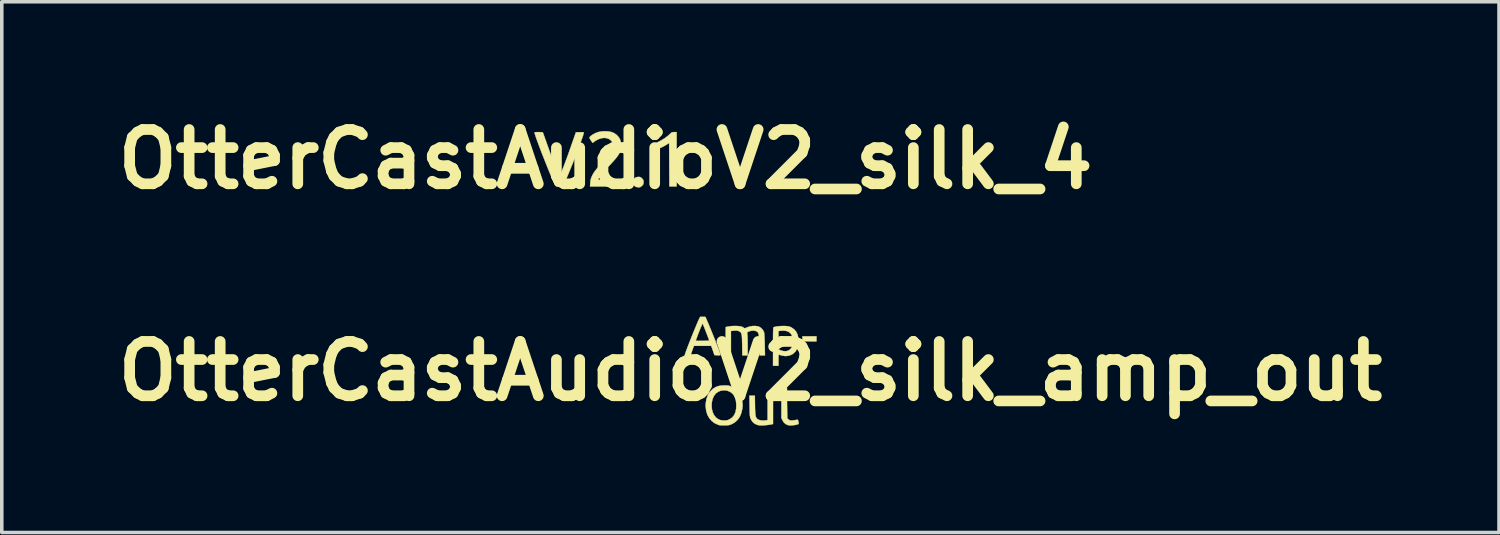
<source format=kicad_pcb>
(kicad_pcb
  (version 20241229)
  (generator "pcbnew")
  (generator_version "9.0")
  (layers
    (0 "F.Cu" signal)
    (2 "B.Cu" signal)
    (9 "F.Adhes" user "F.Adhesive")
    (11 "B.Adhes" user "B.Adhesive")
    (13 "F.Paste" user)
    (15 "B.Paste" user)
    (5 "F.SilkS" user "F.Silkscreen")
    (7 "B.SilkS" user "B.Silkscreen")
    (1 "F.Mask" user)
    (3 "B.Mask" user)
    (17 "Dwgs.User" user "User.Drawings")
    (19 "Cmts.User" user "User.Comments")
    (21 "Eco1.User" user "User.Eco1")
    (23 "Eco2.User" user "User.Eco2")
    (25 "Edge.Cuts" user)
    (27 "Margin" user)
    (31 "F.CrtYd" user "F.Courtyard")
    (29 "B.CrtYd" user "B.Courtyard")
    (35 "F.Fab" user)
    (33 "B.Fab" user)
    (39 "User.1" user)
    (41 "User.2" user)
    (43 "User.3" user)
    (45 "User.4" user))
  (footprint "OtterCastAudioV2_silk_amp_out"
    (layer "F.Cu")
    (at 18.005 7.365)
    (property "Reference" "OtterCastAudioV2_silk_amp_out" (at 0 0 0) (layer "F.SilkS") (effects (font (size 1.524 1.524) (thickness 0.3))))
    (attr through_hole)
    (fp_poly (pts (xy 1.854 -0.838) (xy 1.666 -0.838) (xy 1.599 -0.839) (xy 1.542 -0.84) (xy 1.498 -0.842) (xy 1.473 -0.845) (xy 1.469 -0.847) (xy 1.464 -0.863) (xy 1.461 -0.896) (xy 1.46 -0.917) (xy 1.46 -0.978) (xy 1.854 -0.978) (xy 1.854 -0.838)) (stroke (width 0.01) (type solid)) (fill yes) (layer "F.SilkS"))
    (fp_poly (pts (xy 0.129 0.962) (xy 0.131 1.068) (xy 0.135 1.151) (xy 0.141 1.216) (xy 0.149 1.264) (xy 0.162 1.3) (xy 0.178 1.326) (xy 0.201 1.346) (xy 0.229 1.362) (xy 0.27 1.375) (xy 0.326 1.383) (xy 0.386 1.384) (xy 0.44 1.379) (xy 0.454 1.376) (xy 0.483 1.369) (xy 0.483 0.686) (xy 0.635 0.686) (xy 0.635 1.482) (xy 0.562 1.497) (xy 0.515 1.505) (xy 0.454 1.512) (xy 0.389 1.517) (xy 0.368 1.519) (xy 0.303 1.521) (xy 0.255 1.519) (xy 0.215 1.512) (xy 0.18 1.501) (xy 0.109 1.466) (xy 0.055 1.417) (xy 0.014 1.348) (xy 0.011 1.342) (xy 0.001 1.319) (xy -0.006 1.296) (xy -0.011 1.27) (xy -0.015 1.235) (xy -0.018 1.19) (xy -0.02 1.129) (xy -0.022 1.048) (xy -0.023 0.981) (xy -0.028 0.686) (xy 0.125 0.686) (xy 0.129 0.962)) (stroke (width 0.01) (type solid)) (fill yes) (layer "F.SilkS"))
    (fp_poly (pts (xy 1.019 0.441) (xy 1.023 0.455) (xy 1.027 0.489) (xy 1.028 0.536) (xy 1.029 0.566) (xy 1.029 0.686) (xy 1.333 0.686) (xy 1.333 0.813) (xy 1.027 0.813) (xy 1.031 1.068) (xy 1.035 1.323) (xy 1.072 1.355) (xy 1.096 1.373) (xy 1.12 1.381) (xy 1.152 1.383) (xy 1.187 1.38) (xy 1.234 1.375) (xy 1.277 1.369) (xy 1.297 1.365) (xy 1.317 1.361) (xy 1.33 1.367) (xy 1.339 1.385) (xy 1.348 1.422) (xy 1.352 1.442) (xy 1.355 1.468) (xy 1.346 1.483) (xy 1.32 1.494) (xy 1.312 1.497) (xy 1.267 1.507) (xy 1.21 1.515) (xy 1.15 1.519) (xy 1.096 1.519) (xy 1.057 1.514) (xy 1.052 1.512) (xy 0.986 1.482) (xy 0.938 1.438) (xy 0.904 1.384) (xy 0.87 1.314) (xy 0.87 0.464) (xy 0.94 0.45) (xy 0.98 0.443) (xy 1.009 0.44) (xy 1.019 0.441)) (stroke (width 0.01) (type solid)) (fill yes) (layer "F.SilkS"))
    (fp_poly (pts (xy 1.023 -1.264) (xy 1.068 -1.259) (xy 1.103 -1.249) (xy 1.138 -1.234) (xy 1.154 -1.226) (xy 1.231 -1.171) (xy 1.288 -1.103) (xy 1.326 -1.02) (xy 1.346 -0.919) (xy 1.35 -0.845) (xy 1.34 -0.731) (xy 1.312 -0.634) (xy 1.266 -0.554) (xy 1.202 -0.492) (xy 1.155 -0.463) (xy 1.067 -0.432) (xy 0.975 -0.424) (xy 0.877 -0.44) (xy 0.803 -0.465) (xy 0.796 -0.462) (xy 0.792 -0.445) (xy 0.789 -0.409) (xy 0.788 -0.353) (xy 0.787 -0.312) (xy 0.787 -0.152) (xy 0.635 -0.152) (xy 0.635 -0.691) (xy 0.635 -0.823) (xy 0.635 -0.931) (xy 0.636 -1.018) (xy 0.637 -1.087) (xy 0.638 -1.127) (xy 0.787 -1.127) (xy 0.787 -0.613) (xy 0.848 -0.586) (xy 0.919 -0.565) (xy 0.99 -0.56) (xy 1.05 -0.572) (xy 1.108 -0.605) (xy 1.15 -0.655) (xy 1.177 -0.722) (xy 1.19 -0.807) (xy 1.189 -0.907) (xy 1.169 -0.99) (xy 1.132 -1.055) (xy 1.077 -1.102) (xy 1.005 -1.13) (xy 0.918 -1.139) (xy 0.87 -1.136) (xy 0.787 -1.127) (xy 0.638 -1.127) (xy 0.638 -1.14) (xy 0.64 -1.178) (xy 0.642 -1.204) (xy 0.645 -1.221) (xy 0.65 -1.231) (xy 0.654 -1.236) (xy 0.657 -1.237) (xy 0.752 -1.257) (xy 0.86 -1.267) (xy 0.961 -1.268) (xy 1.023 -1.264)) (stroke (width 0.01) (type solid)) (fill yes) (layer "F.SilkS"))
    (fp_poly (pts (xy 0.216 -1.258) (xy 0.235 -1.252) (xy 0.297 -1.215) (xy 0.348 -1.162) (xy 0.381 -1.098) (xy 0.382 -1.096) (xy 0.387 -1.067) (xy 0.392 -1.016) (xy 0.396 -0.946) (xy 0.4 -0.861) (xy 0.403 -0.763) (xy 0.403 -0.746) (xy 0.409 -0.445) (xy 0.257 -0.445) (xy 0.251 -0.727) (xy 0.249 -0.834) (xy 0.246 -0.918) (xy 0.24 -0.983) (xy 0.233 -1.031) (xy 0.222 -1.066) (xy 0.208 -1.091) (xy 0.189 -1.109) (xy 0.164 -1.122) (xy 0.156 -1.126) (xy 0.095 -1.139) (xy 0.025 -1.135) (xy -0.044 -1.115) (xy -0.053 -1.111) (xy -0.082 -1.095) (xy -0.092 -1.079) (xy -0.09 -1.053) (xy -0.088 -1.043) (xy -0.084 -1.017) (xy -0.081 -0.97) (xy -0.079 -0.906) (xy -0.077 -0.831) (xy -0.077 -0.748) (xy -0.077 -0.721) (xy -0.076 -0.445) (xy -0.227 -0.445) (xy -0.231 -0.733) (xy -0.233 -0.837) (xy -0.235 -0.918) (xy -0.239 -0.98) (xy -0.246 -1.027) (xy -0.255 -1.06) (xy -0.269 -1.084) (xy -0.286 -1.102) (xy -0.309 -1.116) (xy -0.321 -1.122) (xy -0.353 -1.135) (xy -0.388 -1.14) (xy -0.433 -1.139) (xy -0.458 -1.137) (xy -0.546 -1.128) (xy -0.546 -0.445) (xy -0.699 -0.445) (xy -0.692 -1.238) (xy -0.622 -1.253) (xy -0.557 -1.263) (xy -0.482 -1.268) (xy -0.406 -1.269) (xy -0.334 -1.265) (xy -0.274 -1.257) (xy -0.233 -1.246) (xy -0.2 -1.228) (xy -0.177 -1.213) (xy -0.173 -1.209) (xy -0.157 -1.206) (xy -0.121 -1.216) (xy -0.092 -1.229) (xy -0.019 -1.254) (xy 0.063 -1.268) (xy 0.144 -1.269) (xy 0.216 -1.258)) (stroke (width 0.01) (type solid)) (fill yes) (layer "F.SilkS"))
    (fp_poly (pts (xy -1.233 -1.457) (xy -1.197 -1.374) (xy -1.158 -1.282) (xy -1.117 -1.183) (xy -1.075 -1.08) (xy -1.033 -0.976) (xy -0.992 -0.874) (xy -0.954 -0.776) (xy -0.92 -0.687) (xy -0.89 -0.608) (xy -0.866 -0.542) (xy -0.848 -0.492) (xy -0.839 -0.462) (xy -0.838 -0.455) (xy -0.85 -0.45) (xy -0.88 -0.447) (xy -0.923 -0.447) (xy -0.923 -0.447) (xy -1.008 -0.451) (xy -1.099 -0.711) (xy -1.585 -0.711) (xy -1.623 -0.606) (xy -1.641 -0.555) (xy -1.657 -0.51) (xy -1.667 -0.479) (xy -1.669 -0.473) (xy -1.677 -0.457) (xy -1.691 -0.449) (xy -1.718 -0.445) (xy -1.76 -0.445) (xy -1.802 -0.445) (xy -1.831 -0.448) (xy -1.841 -0.451) (xy -1.837 -0.471) (xy -1.824 -0.51) (xy -1.803 -0.567) (xy -1.777 -0.638) (xy -1.745 -0.721) (xy -1.71 -0.811) (xy -1.694 -0.851) (xy -1.536 -0.851) (xy -1.346 -0.851) (xy -1.279 -0.852) (xy -1.223 -0.853) (xy -1.182 -0.856) (xy -1.159 -0.859) (xy -1.156 -0.861) (xy -1.16 -0.876) (xy -1.172 -0.91) (xy -1.19 -0.958) (xy -1.212 -1.016) (xy -1.236 -1.078) (xy -1.26 -1.141) (xy -1.283 -1.199) (xy -1.303 -1.248) (xy -1.318 -1.283) (xy -1.343 -1.34) (xy -1.371 -1.276) (xy -1.404 -1.2) (xy -1.436 -1.12) (xy -1.471 -1.028) (xy -1.493 -0.968) (xy -1.536 -0.851) (xy -1.694 -0.851) (xy -1.672 -0.906) (xy -1.634 -1.004) (xy -1.595 -1.1) (xy -1.557 -1.191) (xy -1.522 -1.276) (xy -1.491 -1.35) (xy -1.465 -1.411) (xy -1.444 -1.455) (xy -1.44 -1.464) (xy -1.409 -1.524) (xy -1.262 -1.524) (xy -1.233 -1.457)) (stroke (width 0.01) (type solid)) (fill yes) (layer "F.SilkS"))
    (fp_poly (pts (xy -0.67 0.401) (xy -0.627 0.403) (xy -0.592 0.41) (xy -0.557 0.423) (xy -0.513 0.444) (xy -0.505 0.448) (xy -0.418 0.5) (xy -0.35 0.564) (xy -0.297 0.643) (xy -0.257 0.739) (xy -0.232 0.835) (xy -0.222 0.893) (xy -0.218 0.943) (xy -0.221 0.997) (xy -0.226 1.046) (xy -0.252 1.169) (xy -0.296 1.275) (xy -0.359 1.365) (xy -0.439 1.437) (xy -0.506 1.476) (xy -0.548 1.496) (xy -0.584 1.508) (xy -0.622 1.515) (xy -0.671 1.519) (xy -0.717 1.52) (xy -0.8 1.52) (xy -0.865 1.514) (xy -0.898 1.506) (xy -1 1.461) (xy -1.086 1.396) (xy -1.156 1.314) (xy -1.209 1.217) (xy -1.242 1.106) (xy -1.255 0.985) (xy -1.255 0.969) (xy -1.089 0.969) (xy -1.08 1.065) (xy -1.056 1.156) (xy -1.017 1.236) (xy -0.964 1.301) (xy -0.954 1.31) (xy -0.9 1.348) (xy -0.843 1.371) (xy -0.776 1.382) (xy -0.736 1.383) (xy -0.677 1.381) (xy -0.63 1.37) (xy -0.586 1.351) (xy -0.512 1.301) (xy -0.457 1.234) (xy -0.419 1.15) (xy -0.399 1.047) (xy -0.396 0.936) (xy -0.406 0.831) (xy -0.429 0.745) (xy -0.466 0.675) (xy -0.505 0.627) (xy -0.573 0.577) (xy -0.651 0.546) (xy -0.734 0.535) (xy -0.818 0.544) (xy -0.897 0.573) (xy -0.966 0.622) (xy -0.971 0.627) (xy -1.024 0.696) (xy -1.061 0.78) (xy -1.082 0.872) (xy -1.089 0.969) (xy -1.255 0.969) (xy -1.253 0.903) (xy -1.233 0.78) (xy -1.194 0.671) (xy -1.137 0.578) (xy -1.062 0.503) (xy -1.046 0.491) (xy -0.98 0.449) (xy -0.913 0.421) (xy -0.838 0.406) (xy -0.748 0.4) (xy -0.73 0.4) (xy -0.67 0.401)) (stroke (width 0.01) (type solid)) (fill yes) (layer "F.SilkS")))
  (footprint "OtterCastAudioV2_silk_4"
    (layer "F.Cu")
    (at 13.941 1.418)
    (property "Reference" "OtterCastAudioV2_silk_4" (at 0 0 0) (layer "F.SilkS") (effects (font (size 1.524 1.524) (thickness 0.3))))
    (attr through_hole)
    (fp_poly (pts (xy 0.966 0.499) (xy 0.997 0.515) (xy 1.024 0.538) (xy 1.051 0.57) (xy 1.064 0.601) (xy 1.067 0.641) (xy 1.064 0.683) (xy 1.051 0.713) (xy 1.024 0.744) (xy 0.991 0.772) (xy 0.961 0.785) (xy 0.925 0.787) (xy 0.882 0.782) (xy 0.844 0.772) (xy 0.837 0.768) (xy 0.801 0.736) (xy 0.779 0.689) (xy 0.773 0.637) (xy 0.783 0.585) (xy 0.807 0.541) (xy 0.839 0.514) (xy 0.876 0.502) (xy 0.92 0.495) (xy 0.928 0.495) (xy 0.966 0.499)) (stroke (width 0.01) (type solid)) (fill yes) (layer "F.SilkS"))
    (fp_poly (pts (xy 1.994 0.762) (xy 1.791 0.762) (xy 1.788 0.153) (xy 1.784 -0.456) (xy 1.714 -0.411) (xy 1.664 -0.381) (xy 1.609 -0.351) (xy 1.556 -0.326) (xy 1.51 -0.306) (xy 1.476 -0.296) (xy 1.463 -0.295) (xy 1.449 -0.308) (xy 1.431 -0.337) (xy 1.416 -0.368) (xy 1.387 -0.438) (xy 1.511 -0.502) (xy 1.647 -0.581) (xy 1.759 -0.664) (xy 1.815 -0.717) (xy 1.845 -0.744) (xy 1.871 -0.757) (xy 1.906 -0.762) (xy 1.927 -0.762) (xy 1.994 -0.762) (xy 1.994 0.762)) (stroke (width 0.01) (type solid)) (fill yes) (layer "F.SilkS"))
    (fp_poly (pts (xy 0.064 -0.783) (xy 0.158 -0.766) (xy 0.238 -0.734) (xy 0.308 -0.686) (xy 0.314 -0.68) (xy 0.371 -0.619) (xy 0.409 -0.552) (xy 0.43 -0.474) (xy 0.437 -0.381) (xy 0.435 -0.323) (xy 0.426 -0.269) (xy 0.41 -0.216) (xy 0.384 -0.161) (xy 0.347 -0.102) (xy 0.298 -0.036) (xy 0.234 0.039) (xy 0.155 0.126) (xy 0.07 0.216) (xy -0.02 0.311) (xy -0.092 0.393) (xy -0.147 0.462) (xy -0.183 0.517) (xy -0.201 0.556) (xy -0.203 0.568) (xy -0.198 0.573) (xy -0.18 0.577) (xy -0.147 0.58) (xy -0.097 0.582) (xy -0.028 0.583) (xy 0.063 0.584) (xy 0.146 0.584) (xy 0.495 0.584) (xy 0.495 0.762) (xy -0.435 0.762) (xy -0.429 0.663) (xy -0.422 0.593) (xy -0.407 0.534) (xy -0.383 0.477) (xy -0.359 0.428) (xy -0.333 0.383) (xy -0.302 0.338) (xy -0.264 0.289) (xy -0.217 0.233) (xy -0.157 0.168) (xy -0.082 0.089) (xy -0.053 0.06) (xy 0.028 -0.026) (xy 0.092 -0.097) (xy 0.14 -0.158) (xy 0.175 -0.21) (xy 0.197 -0.258) (xy 0.211 -0.303) (xy 0.216 -0.349) (xy 0.216 -0.363) (xy 0.205 -0.438) (xy 0.176 -0.5) (xy 0.13 -0.548) (xy 0.071 -0.58) (xy 0.002 -0.597) (xy -0.075 -0.597) (xy -0.157 -0.579) (xy -0.24 -0.543) (xy -0.302 -0.504) (xy -0.363 -0.459) (xy -0.412 -0.53) (xy -0.439 -0.571) (xy -0.45 -0.601) (xy -0.444 -0.625) (xy -0.419 -0.65) (xy -0.377 -0.681) (xy -0.293 -0.73) (xy -0.207 -0.763) (xy -0.109 -0.78) (xy -0.047 -0.785) (xy 0.064 -0.783)) (stroke (width 0.01) (type solid)) (fill yes) (layer "F.SilkS"))
    (fp_poly (pts (xy -1.819 -0.76) (xy -1.782 -0.757) (xy -1.761 -0.752) (xy -1.759 -0.75) (xy -1.753 -0.735) (xy -1.74 -0.7) (xy -1.721 -0.646) (xy -1.696 -0.577) (xy -1.667 -0.496) (xy -1.635 -0.405) (xy -1.613 -0.344) (xy -1.57 -0.223) (xy -1.527 -0.103) (xy -1.485 0.011) (xy -1.445 0.118) (xy -1.408 0.216) (xy -1.374 0.303) (xy -1.345 0.375) (xy -1.322 0.43) (xy -1.305 0.467) (xy -1.295 0.482) (xy -1.294 0.483) (xy -1.286 0.471) (xy -1.271 0.439) (xy -1.249 0.388) (xy -1.222 0.323) (xy -1.192 0.245) (xy -1.158 0.158) (xy -1.123 0.064) (xy -1.087 -0.033) (xy -1.051 -0.13) (xy -1.018 -0.225) (xy -1.01 -0.248) (xy -0.979 -0.335) (xy -0.949 -0.423) (xy -0.92 -0.504) (xy -0.896 -0.574) (xy -0.877 -0.628) (xy -0.872 -0.641) (xy -0.832 -0.756) (xy -0.731 -0.759) (xy -0.682 -0.76) (xy -0.641 -0.76) (xy -0.618 -0.758) (xy -0.615 -0.757) (xy -0.612 -0.746) (xy -0.617 -0.718) (xy -0.63 -0.67) (xy -0.653 -0.601) (xy -0.667 -0.563) (xy -0.785 -0.239) (xy -0.904 0.071) (xy -1.023 0.363) (xy -1.06 0.451) (xy -1.191 0.756) (xy -1.293 0.759) (xy -1.344 0.761) (xy -1.376 0.76) (xy -1.394 0.754) (xy -1.405 0.743) (xy -1.414 0.728) (xy -1.439 0.675) (xy -1.471 0.605) (xy -1.508 0.52) (xy -1.549 0.424) (xy -1.593 0.318) (xy -1.639 0.205) (xy -1.686 0.087) (xy -1.733 -0.032) (xy -1.78 -0.15) (xy -1.824 -0.265) (xy -1.865 -0.373) (xy -1.902 -0.473) (xy -1.935 -0.562) (xy -1.961 -0.637) (xy -1.98 -0.696) (xy -1.991 -0.735) (xy -1.994 -0.751) (xy -1.982 -0.756) (xy -1.952 -0.76) (xy -1.91 -0.762) (xy -1.864 -0.762) (xy -1.819 -0.76)) (stroke (width 0.01) (type solid)) (fill yes) (layer "F.SilkS")))
  (gr_rect
    (start -3 -3)
    (end 39.01 11.891)
    (stroke (width 0.1) (type default))
    (fill no)
    (layer "Edge.Cuts")))
</source>
